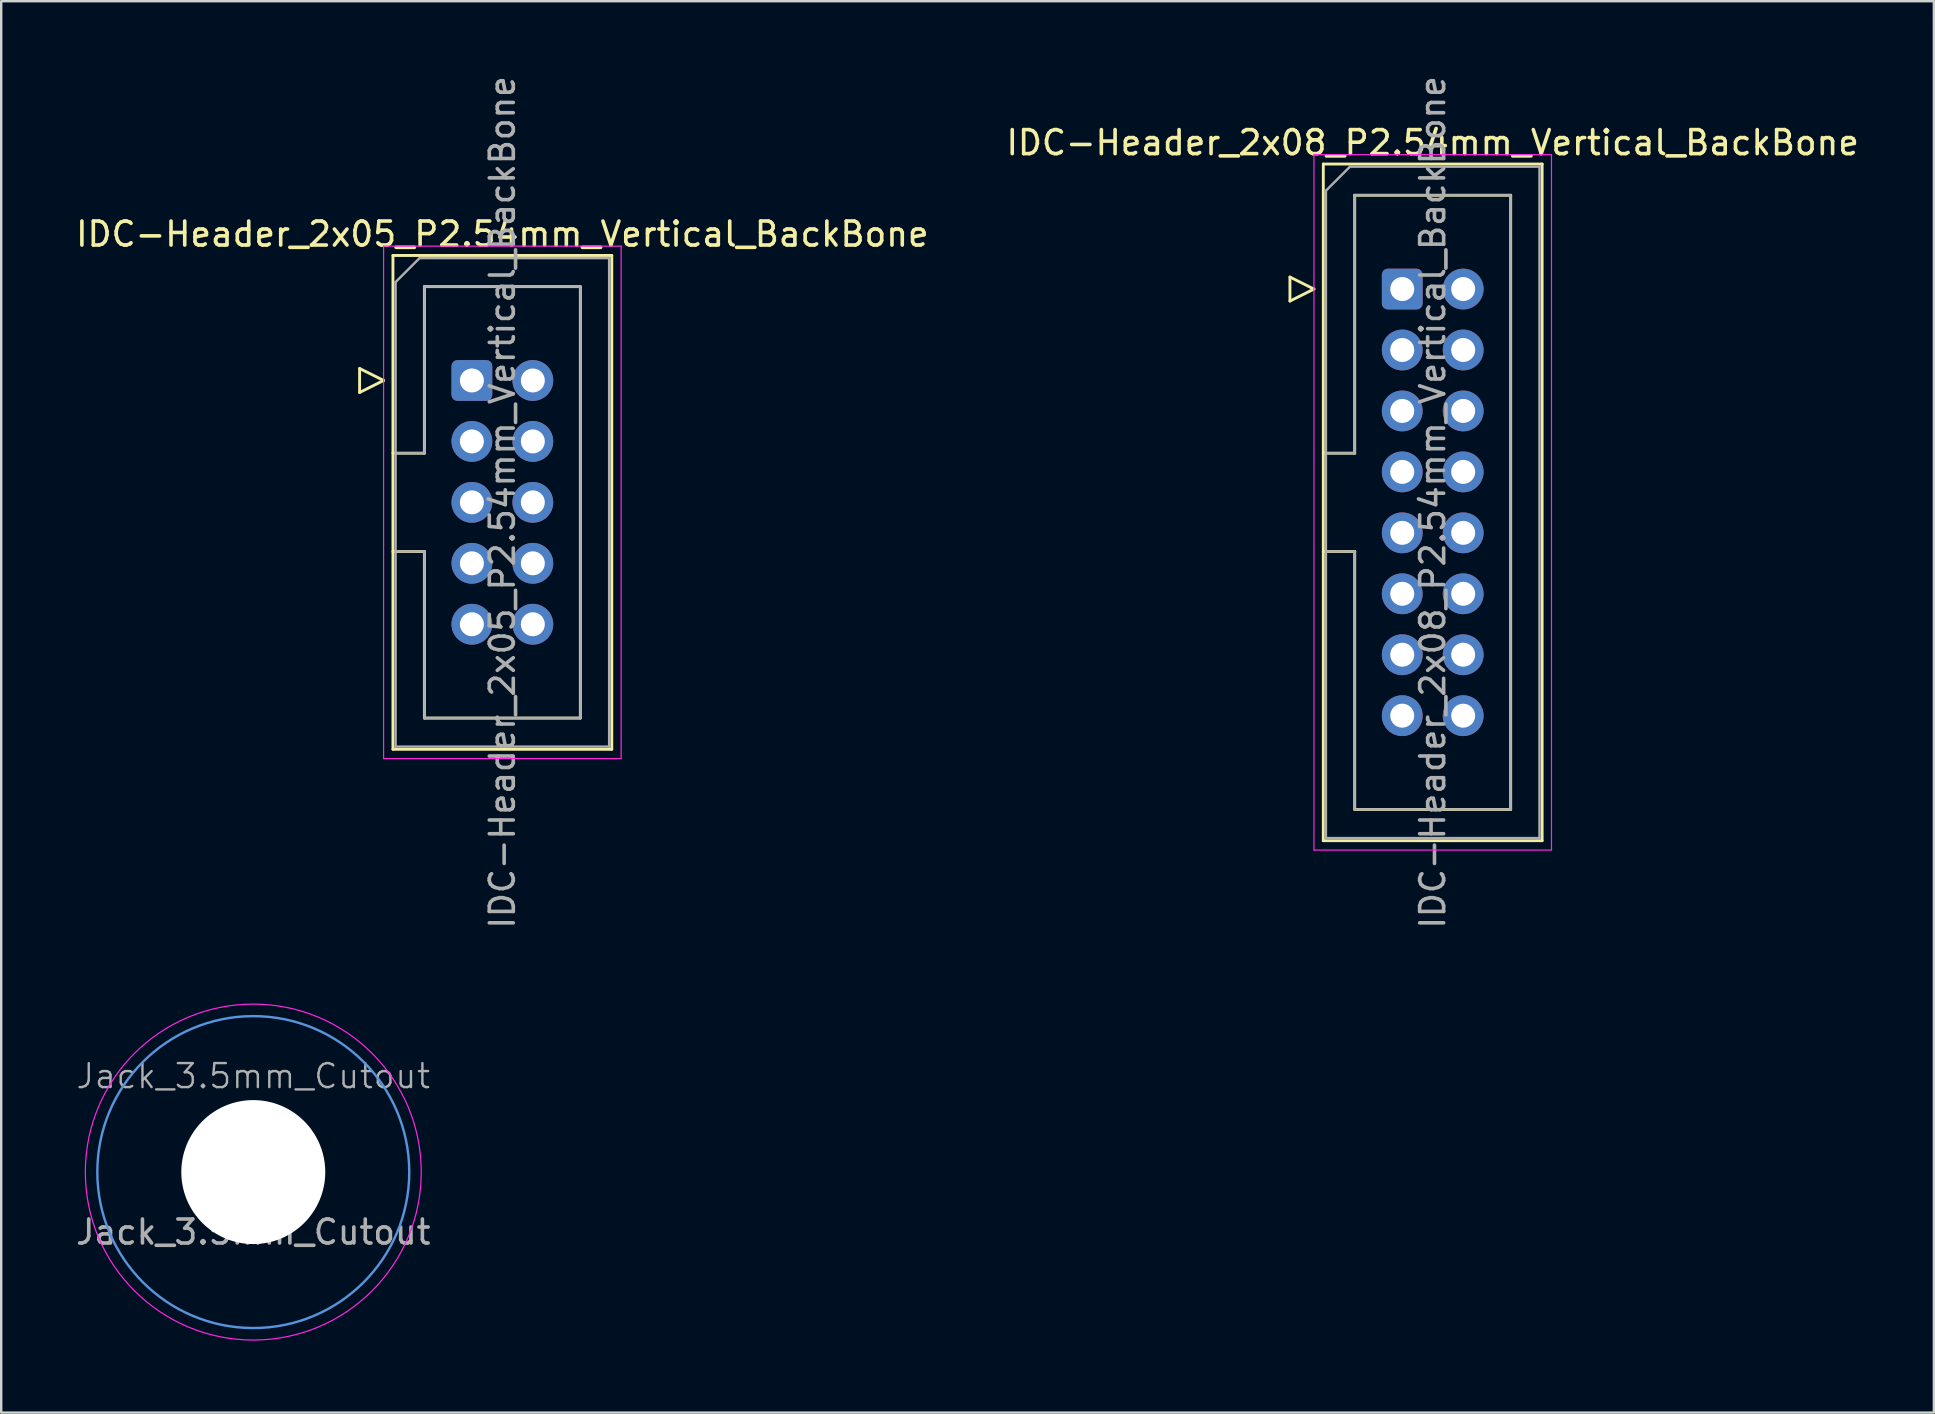
<source format=kicad_pcb>
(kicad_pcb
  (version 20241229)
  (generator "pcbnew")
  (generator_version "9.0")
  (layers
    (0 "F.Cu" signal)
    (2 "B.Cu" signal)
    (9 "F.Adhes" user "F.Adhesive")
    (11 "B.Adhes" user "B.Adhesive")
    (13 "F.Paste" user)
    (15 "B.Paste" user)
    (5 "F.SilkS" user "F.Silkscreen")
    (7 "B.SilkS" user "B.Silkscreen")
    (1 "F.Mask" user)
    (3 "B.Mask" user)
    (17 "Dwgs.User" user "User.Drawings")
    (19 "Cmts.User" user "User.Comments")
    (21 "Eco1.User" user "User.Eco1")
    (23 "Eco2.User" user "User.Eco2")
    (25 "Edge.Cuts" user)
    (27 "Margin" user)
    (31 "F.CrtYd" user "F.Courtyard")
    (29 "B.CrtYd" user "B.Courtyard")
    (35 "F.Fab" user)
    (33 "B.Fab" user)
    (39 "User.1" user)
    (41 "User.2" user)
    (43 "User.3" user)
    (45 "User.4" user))
  (footprint "Jack_3.5mm_Cutout"
    (layer "F.Cu")
    (at 7.506 45.799)
    (property "Reference" "Jack_3.5mm_Cutout" (at 0 -4 0) (unlocked yes) (layer "F.Fab") (effects (font (size 1 1) (thickness 0.1))))
    (attr through_hole)
    (fp_circle (center 0 0) (end 0 6.5) (stroke (width 0.1) (type default)) (fill no) (layer "Cmts.User"))
    (fp_circle (center 0 0) (end 0 7) (stroke (width 0.05) (type default)) (fill no) (layer "F.CrtYd"))
    (fp_text user "${REFERENCE}" (at 0 2.5 0) (unlocked yes) (layer "F.Fab") (effects (font (size 1 1) (thickness 0.15))))
    (pad "" np_thru_hole circle (at 0 0) (size 6 6) (drill 6) (layers "*.Cu" "*.Mask")))
  (footprint "IDC-Header_2x05_P2.54mm_Vertical_BackBone"
    (layer "F.Cu")
    (at 16.617 12.807)
    (property "Reference" "IDC-Header_2x05_P2.54mm_Vertical_BackBone" (at 1.27 -6.1 0) (layer "F.SilkS") (effects (font (size 1 1) (thickness 0.15))))
    (attr through_hole)
    (fp_line (start -4.68 -0.5) (end -4.68 0.5) (stroke (width 0.12) (type solid)) (layer "F.SilkS"))
    (fp_line (start -4.68 0.5) (end -3.68 0) (stroke (width 0.12) (type solid)) (layer "F.SilkS"))
    (fp_line (start -3.68 0) (end -4.68 -0.5) (stroke (width 0.12) (type solid)) (layer "F.SilkS"))
    (fp_line (start -3.29 -5.21) (end 5.83 -5.21) (stroke (width 0.12) (type solid)) (layer "F.SilkS"))
    (fp_line (start -3.29 3.03) (end -1.98 3.03) (stroke (width 0.12) (type solid)) (layer "F.SilkS"))
    (fp_line (start -3.29 15.37) (end -3.29 -5.21) (stroke (width 0.12) (type solid)) (layer "F.SilkS"))
    (fp_line (start -1.98 -3.91) (end 4.52 -3.91) (stroke (width 0.12) (type solid)) (layer "F.SilkS"))
    (fp_line (start -1.98 3.03) (end -1.98 -3.91) (stroke (width 0.12) (type solid)) (layer "F.SilkS"))
    (fp_line (start -1.98 7.13) (end -3.29 7.13) (stroke (width 0.12) (type solid)) (layer "F.SilkS"))
    (fp_line (start -1.98 7.13) (end -1.98 7.13) (stroke (width 0.12) (type solid)) (layer "F.SilkS"))
    (fp_line (start -1.98 14.07) (end -1.98 7.13) (stroke (width 0.12) (type solid)) (layer "F.SilkS"))
    (fp_line (start 4.52 -3.91) (end 4.52 14.07) (stroke (width 0.12) (type solid)) (layer "F.SilkS"))
    (fp_line (start 4.52 14.07) (end -1.98 14.07) (stroke (width 0.12) (type solid)) (layer "F.SilkS"))
    (fp_line (start 5.83 -5.21) (end 5.83 15.37) (stroke (width 0.12) (type solid)) (layer "F.SilkS"))
    (fp_line (start 5.83 15.37) (end -3.29 15.37) (stroke (width 0.12) (type solid)) (layer "F.SilkS"))
    (fp_line (start -3.68 -5.6) (end -3.68 15.76) (stroke (width 0.05) (type solid)) (layer "F.CrtYd"))
    (fp_line (start -3.68 15.76) (end 6.22 15.76) (stroke (width 0.05) (type solid)) (layer "F.CrtYd"))
    (fp_line (start 6.22 -5.6) (end -3.68 -5.6) (stroke (width 0.05) (type solid)) (layer "F.CrtYd"))
    (fp_line (start 6.22 15.76) (end 6.22 -5.6) (stroke (width 0.05) (type solid)) (layer "F.CrtYd"))
    (fp_line (start -3.18 -4.1) (end -2.18 -5.1) (stroke (width 0.1) (type solid)) (layer "F.Fab"))
    (fp_line (start -3.18 3.03) (end -1.98 3.03) (stroke (width 0.1) (type solid)) (layer "F.Fab"))
    (fp_line (start -3.18 15.26) (end -3.18 -4.1) (stroke (width 0.1) (type solid)) (layer "F.Fab"))
    (fp_line (start -2.18 -5.1) (end 5.72 -5.1) (stroke (width 0.1) (type solid)) (layer "F.Fab"))
    (fp_line (start -1.98 -3.91) (end 4.52 -3.91) (stroke (width 0.1) (type solid)) (layer "F.Fab"))
    (fp_line (start -1.98 3.03) (end -1.98 -3.91) (stroke (width 0.1) (type solid)) (layer "F.Fab"))
    (fp_line (start -1.98 7.13) (end -3.18 7.13) (stroke (width 0.1) (type solid)) (layer "F.Fab"))
    (fp_line (start -1.98 7.13) (end -1.98 7.13) (stroke (width 0.1) (type solid)) (layer "F.Fab"))
    (fp_line (start -1.98 14.07) (end -1.98 7.13) (stroke (width 0.1) (type solid)) (layer "F.Fab"))
    (fp_line (start 4.52 -3.91) (end 4.52 14.07) (stroke (width 0.1) (type solid)) (layer "F.Fab"))
    (fp_line (start 4.52 14.07) (end -1.98 14.07) (stroke (width 0.1) (type solid)) (layer "F.Fab"))
    (fp_line (start 5.72 -5.1) (end 5.72 15.26) (stroke (width 0.1) (type solid)) (layer "F.Fab"))
    (fp_line (start 5.72 15.26) (end -3.18 15.26) (stroke (width 0.1) (type solid)) (layer "F.Fab"))
    (fp_text user "${REFERENCE}" (at 1.27 5.08 90) (layer "F.Fab") (effects (font (size 1 1) (thickness 0.15))))
    (pad "1" thru_hole roundrect (at 0 0) (size 1.7 1.7) (drill 1) (layers "*.Cu" "*.Mask") (roundrect_rratio 0.147))
    (pad "2" thru_hole circle (at 0 2.54) (size 1.7 1.7) (drill 1) (layers "*.Cu" "*.Mask"))
    (pad "3" thru_hole circle (at 0 5.08) (size 1.7 1.7) (drill 1) (layers "*.Cu" "*.Mask"))
    (pad "4" thru_hole circle (at 0 7.62) (size 1.7 1.7) (drill 1) (layers "*.Cu" "*.Mask"))
    (pad "5" thru_hole circle (at 0 10.16) (size 1.7 1.7) (drill 1) (layers "*.Cu" "*.Mask"))
    (pad "6" thru_hole circle (at 2.54 10.16) (size 1.7 1.7) (drill 1) (layers "*.Cu" "*.Mask"))
    (pad "7" thru_hole circle (at 2.54 7.62) (size 1.7 1.7) (drill 1) (layers "*.Cu" "*.Mask"))
    (pad "8" thru_hole circle (at 2.54 5.08) (size 1.7 1.7) (drill 1) (layers "*.Cu" "*.Mask"))
    (pad "9" thru_hole circle (at 2.54 2.54) (size 1.7 1.7) (drill 1) (layers "*.Cu" "*.Mask"))
    (pad "10" thru_hole circle (at 2.54 0) (size 1.7 1.7) (drill 1) (layers "*.Cu" "*.Mask")))
  (footprint "IDC-Header_2x08_P2.54mm_Vertical_BackBone"
    (layer "F.Cu")
    (at 55.391 8.997)
    (property "Reference" "IDC-Header_2x08_P2.54mm_Vertical_BackBone" (at 1.27 -6.1 0) (layer "F.SilkS") (effects (font (size 1 1) (thickness 0.15))))
    (attr through_hole)
    (fp_line (start -4.68 -0.5) (end -4.68 0.5) (stroke (width 0.12) (type solid)) (layer "F.SilkS"))
    (fp_line (start -4.68 0.5) (end -3.68 0) (stroke (width 0.12) (type solid)) (layer "F.SilkS"))
    (fp_line (start -3.68 0) (end -4.68 -0.5) (stroke (width 0.12) (type solid)) (layer "F.SilkS"))
    (fp_line (start -3.29 -5.21) (end 5.83 -5.21) (stroke (width 0.12) (type solid)) (layer "F.SilkS"))
    (fp_line (start -3.29 6.84) (end -1.98 6.84) (stroke (width 0.12) (type solid)) (layer "F.SilkS"))
    (fp_line (start -3.29 22.99) (end -3.29 -5.21) (stroke (width 0.12) (type solid)) (layer "F.SilkS"))
    (fp_line (start -1.98 -3.91) (end 4.52 -3.91) (stroke (width 0.12) (type solid)) (layer "F.SilkS"))
    (fp_line (start -1.98 6.84) (end -1.98 -3.91) (stroke (width 0.12) (type solid)) (layer "F.SilkS"))
    (fp_line (start -1.98 10.94) (end -3.29 10.94) (stroke (width 0.12) (type solid)) (layer "F.SilkS"))
    (fp_line (start -1.98 10.94) (end -1.98 10.94) (stroke (width 0.12) (type solid)) (layer "F.SilkS"))
    (fp_line (start -1.98 21.69) (end -1.98 10.94) (stroke (width 0.12) (type solid)) (layer "F.SilkS"))
    (fp_line (start 4.52 -3.91) (end 4.52 21.69) (stroke (width 0.12) (type solid)) (layer "F.SilkS"))
    (fp_line (start 4.52 21.69) (end -1.98 21.69) (stroke (width 0.12) (type solid)) (layer "F.SilkS"))
    (fp_line (start 5.83 -5.21) (end 5.83 22.99) (stroke (width 0.12) (type solid)) (layer "F.SilkS"))
    (fp_line (start 5.83 22.99) (end -3.29 22.99) (stroke (width 0.12) (type solid)) (layer "F.SilkS"))
    (fp_line (start -3.68 -5.6) (end -3.68 23.38) (stroke (width 0.05) (type solid)) (layer "F.CrtYd"))
    (fp_line (start -3.68 23.38) (end 6.22 23.38) (stroke (width 0.05) (type solid)) (layer "F.CrtYd"))
    (fp_line (start 6.22 -5.6) (end -3.68 -5.6) (stroke (width 0.05) (type solid)) (layer "F.CrtYd"))
    (fp_line (start 6.22 23.38) (end 6.22 -5.6) (stroke (width 0.05) (type solid)) (layer "F.CrtYd"))
    (fp_line (start -3.18 -4.1) (end -2.18 -5.1) (stroke (width 0.1) (type solid)) (layer "F.Fab"))
    (fp_line (start -3.18 6.84) (end -1.98 6.84) (stroke (width 0.1) (type solid)) (layer "F.Fab"))
    (fp_line (start -3.18 22.88) (end -3.18 -4.1) (stroke (width 0.1) (type solid)) (layer "F.Fab"))
    (fp_line (start -2.18 -5.1) (end 5.72 -5.1) (stroke (width 0.1) (type solid)) (layer "F.Fab"))
    (fp_line (start -1.98 -3.91) (end 4.52 -3.91) (stroke (width 0.1) (type solid)) (layer "F.Fab"))
    (fp_line (start -1.98 6.84) (end -1.98 -3.91) (stroke (width 0.1) (type solid)) (layer "F.Fab"))
    (fp_line (start -1.98 10.94) (end -3.18 10.94) (stroke (width 0.1) (type solid)) (layer "F.Fab"))
    (fp_line (start -1.98 10.94) (end -1.98 10.94) (stroke (width 0.1) (type solid)) (layer "F.Fab"))
    (fp_line (start -1.98 21.69) (end -1.98 10.94) (stroke (width 0.1) (type solid)) (layer "F.Fab"))
    (fp_line (start 4.52 -3.91) (end 4.52 21.69) (stroke (width 0.1) (type solid)) (layer "F.Fab"))
    (fp_line (start 4.52 21.69) (end -1.98 21.69) (stroke (width 0.1) (type solid)) (layer "F.Fab"))
    (fp_line (start 5.72 -5.1) (end 5.72 22.88) (stroke (width 0.1) (type solid)) (layer "F.Fab"))
    (fp_line (start 5.72 22.88) (end -3.18 22.88) (stroke (width 0.1) (type solid)) (layer "F.Fab"))
    (fp_text user "${REFERENCE}" (at 1.27 8.89 90) (layer "F.Fab") (effects (font (size 1 1) (thickness 0.15))))
    (pad "1" thru_hole roundrect (at 0 0) (size 1.7 1.7) (drill 1) (layers "*.Cu" "*.Mask") (roundrect_rratio 0.147))
    (pad "2" thru_hole circle (at 0 2.54) (size 1.7 1.7) (drill 1) (layers "*.Cu" "*.Mask"))
    (pad "3" thru_hole circle (at 0 5.08) (size 1.7 1.7) (drill 1) (layers "*.Cu" "*.Mask"))
    (pad "4" thru_hole circle (at 0 7.62) (size 1.7 1.7) (drill 1) (layers "*.Cu" "*.Mask"))
    (pad "5" thru_hole circle (at 0 10.16) (size 1.7 1.7) (drill 1) (layers "*.Cu" "*.Mask"))
    (pad "6" thru_hole circle (at 0 12.7) (size 1.7 1.7) (drill 1) (layers "*.Cu" "*.Mask"))
    (pad "7" thru_hole circle (at 0 15.24) (size 1.7 1.7) (drill 1) (layers "*.Cu" "*.Mask"))
    (pad "8" thru_hole circle (at 0 17.78) (size 1.7 1.7) (drill 1) (layers "*.Cu" "*.Mask"))
    (pad "9" thru_hole circle (at 2.54 17.78) (size 1.7 1.7) (drill 1) (layers "*.Cu" "*.Mask"))
    (pad "10" thru_hole circle (at 2.54 15.24) (size 1.7 1.7) (drill 1) (layers "*.Cu" "*.Mask"))
    (pad "11" thru_hole circle (at 2.54 12.7) (size 1.7 1.7) (drill 1) (layers "*.Cu" "*.Mask"))
    (pad "12" thru_hole circle (at 2.54 10.16) (size 1.7 1.7) (drill 1) (layers "*.Cu" "*.Mask"))
    (pad "13" thru_hole circle (at 2.54 7.62) (size 1.7 1.7) (drill 1) (layers "*.Cu" "*.Mask"))
    (pad "14" thru_hole circle (at 2.54 5.08) (size 1.7 1.7) (drill 1) (layers "*.Cu" "*.Mask"))
    (pad "15" thru_hole circle (at 2.54 2.54) (size 1.7 1.7) (drill 1) (layers "*.Cu" "*.Mask"))
    (pad "16" thru_hole circle (at 2.54 0) (size 1.7 1.7) (drill 1) (layers "*.Cu" "*.Mask")))
  (gr_rect
    (start -3 -3)
    (end 77.548 55.824)
    (stroke (width 0.1) (type default))
    (fill no)
    (layer "Edge.Cuts")))
</source>
